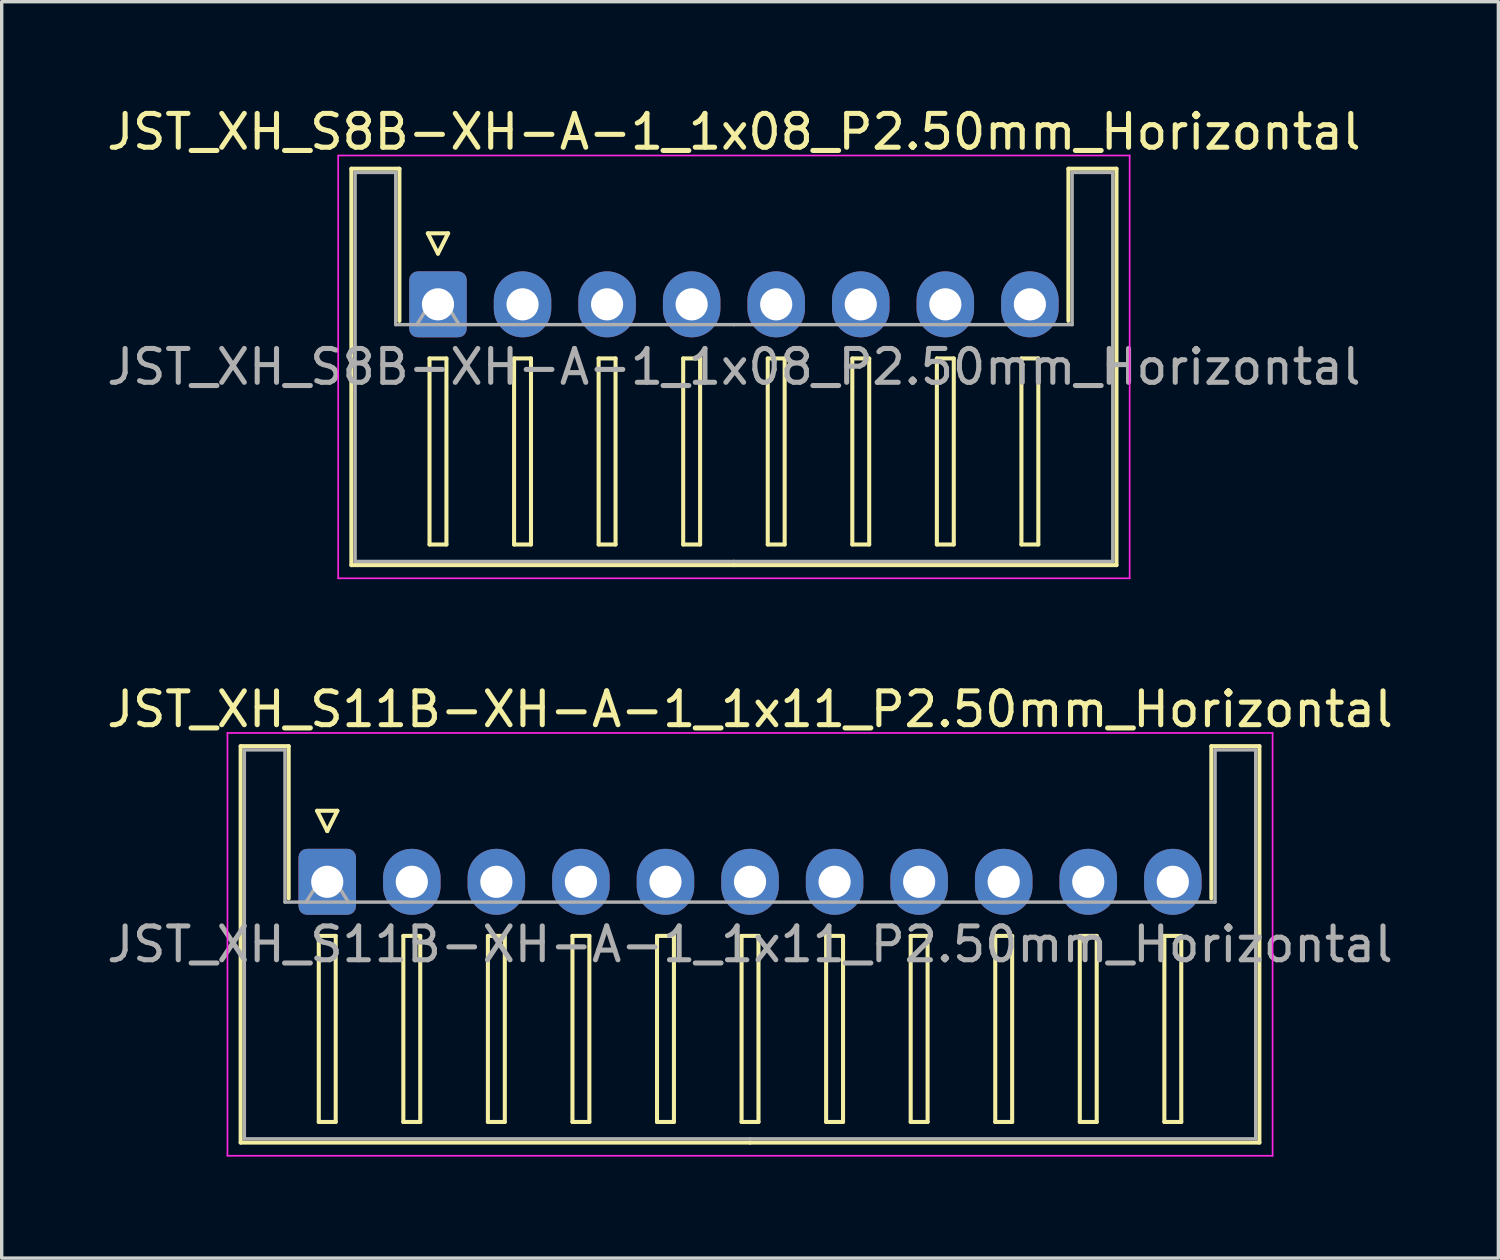
<source format=kicad_pcb>
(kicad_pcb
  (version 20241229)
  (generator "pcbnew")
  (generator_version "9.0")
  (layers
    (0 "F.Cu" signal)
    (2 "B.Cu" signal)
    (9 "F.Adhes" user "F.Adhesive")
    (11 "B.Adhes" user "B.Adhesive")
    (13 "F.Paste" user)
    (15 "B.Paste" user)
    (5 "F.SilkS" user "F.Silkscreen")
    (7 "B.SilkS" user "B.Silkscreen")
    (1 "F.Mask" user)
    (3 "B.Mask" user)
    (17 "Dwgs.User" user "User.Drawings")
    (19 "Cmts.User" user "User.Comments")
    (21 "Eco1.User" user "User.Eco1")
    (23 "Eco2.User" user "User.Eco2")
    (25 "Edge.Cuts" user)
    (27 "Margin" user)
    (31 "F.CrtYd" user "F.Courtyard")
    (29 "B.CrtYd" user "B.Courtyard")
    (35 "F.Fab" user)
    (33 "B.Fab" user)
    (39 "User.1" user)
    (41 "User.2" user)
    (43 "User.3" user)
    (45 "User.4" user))
  (footprint "JST_XH_S8B-XH-A-1_1x08_P2.50mm_Horizontal"
    (layer "F.Cu")
    (at 9.899 5.948)
    (property "Reference" "JST_XH_S8B-XH-A-1_1x08_P2.50mm_Horizontal" (at 8.75 -5.1 0) (layer "F.SilkS") (effects (font (size 1 1) (thickness 0.15))))
    (attr through_hole)
    (fp_line (start -2.56 -4.01) (end -1.14 -4.01) (stroke (width 0.12) (type solid)) (layer "F.SilkS"))
    (fp_line (start -2.56 7.71) (end -2.56 -4.01) (stroke (width 0.12) (type solid)) (layer "F.SilkS"))
    (fp_line (start -1.14 -4.01) (end -1.14 0.49) (stroke (width 0.12) (type solid)) (layer "F.SilkS"))
    (fp_line (start -0.3 -2.1) (end 0.3 -2.1) (stroke (width 0.12) (type solid)) (layer "F.SilkS"))
    (fp_line (start -0.25 1.6) (end -0.25 7.1) (stroke (width 0.12) (type solid)) (layer "F.SilkS"))
    (fp_line (start -0.25 7.1) (end 0.25 7.1) (stroke (width 0.12) (type solid)) (layer "F.SilkS"))
    (fp_line (start 0 -1.5) (end -0.3 -2.1) (stroke (width 0.12) (type solid)) (layer "F.SilkS"))
    (fp_line (start 0.25 1.6) (end -0.25 1.6) (stroke (width 0.12) (type solid)) (layer "F.SilkS"))
    (fp_line (start 0.25 7.1) (end 0.25 1.6) (stroke (width 0.12) (type solid)) (layer "F.SilkS"))
    (fp_line (start 0.3 -2.1) (end 0 -1.5) (stroke (width 0.12) (type solid)) (layer "F.SilkS"))
    (fp_line (start 2.25 1.6) (end 2.25 7.1) (stroke (width 0.12) (type solid)) (layer "F.SilkS"))
    (fp_line (start 2.25 7.1) (end 2.75 7.1) (stroke (width 0.12) (type solid)) (layer "F.SilkS"))
    (fp_line (start 2.75 1.6) (end 2.25 1.6) (stroke (width 0.12) (type solid)) (layer "F.SilkS"))
    (fp_line (start 2.75 7.1) (end 2.75 1.6) (stroke (width 0.12) (type solid)) (layer "F.SilkS"))
    (fp_line (start 4.75 1.6) (end 4.75 7.1) (stroke (width 0.12) (type solid)) (layer "F.SilkS"))
    (fp_line (start 4.75 7.1) (end 5.25 7.1) (stroke (width 0.12) (type solid)) (layer "F.SilkS"))
    (fp_line (start 5.25 1.6) (end 4.75 1.6) (stroke (width 0.12) (type solid)) (layer "F.SilkS"))
    (fp_line (start 5.25 7.1) (end 5.25 1.6) (stroke (width 0.12) (type solid)) (layer "F.SilkS"))
    (fp_line (start 7.25 1.6) (end 7.25 7.1) (stroke (width 0.12) (type solid)) (layer "F.SilkS"))
    (fp_line (start 7.25 7.1) (end 7.75 7.1) (stroke (width 0.12) (type solid)) (layer "F.SilkS"))
    (fp_line (start 7.75 1.6) (end 7.25 1.6) (stroke (width 0.12) (type solid)) (layer "F.SilkS"))
    (fp_line (start 7.75 7.1) (end 7.75 1.6) (stroke (width 0.12) (type solid)) (layer "F.SilkS"))
    (fp_line (start 8.75 7.71) (end -2.56 7.71) (stroke (width 0.12) (type solid)) (layer "F.SilkS"))
    (fp_line (start 8.75 7.71) (end 20.06 7.71) (stroke (width 0.12) (type solid)) (layer "F.SilkS"))
    (fp_line (start 9.75 1.6) (end 9.75 7.1) (stroke (width 0.12) (type solid)) (layer "F.SilkS"))
    (fp_line (start 9.75 7.1) (end 10.25 7.1) (stroke (width 0.12) (type solid)) (layer "F.SilkS"))
    (fp_line (start 10.25 1.6) (end 9.75 1.6) (stroke (width 0.12) (type solid)) (layer "F.SilkS"))
    (fp_line (start 10.25 7.1) (end 10.25 1.6) (stroke (width 0.12) (type solid)) (layer "F.SilkS"))
    (fp_line (start 12.25 1.6) (end 12.25 7.1) (stroke (width 0.12) (type solid)) (layer "F.SilkS"))
    (fp_line (start 12.25 7.1) (end 12.75 7.1) (stroke (width 0.12) (type solid)) (layer "F.SilkS"))
    (fp_line (start 12.75 1.6) (end 12.25 1.6) (stroke (width 0.12) (type solid)) (layer "F.SilkS"))
    (fp_line (start 12.75 7.1) (end 12.75 1.6) (stroke (width 0.12) (type solid)) (layer "F.SilkS"))
    (fp_line (start 14.75 1.6) (end 14.75 7.1) (stroke (width 0.12) (type solid)) (layer "F.SilkS"))
    (fp_line (start 14.75 7.1) (end 15.25 7.1) (stroke (width 0.12) (type solid)) (layer "F.SilkS"))
    (fp_line (start 15.25 1.6) (end 14.75 1.6) (stroke (width 0.12) (type solid)) (layer "F.SilkS"))
    (fp_line (start 15.25 7.1) (end 15.25 1.6) (stroke (width 0.12) (type solid)) (layer "F.SilkS"))
    (fp_line (start 17.25 1.6) (end 17.25 7.1) (stroke (width 0.12) (type solid)) (layer "F.SilkS"))
    (fp_line (start 17.25 7.1) (end 17.75 7.1) (stroke (width 0.12) (type solid)) (layer "F.SilkS"))
    (fp_line (start 17.75 1.6) (end 17.25 1.6) (stroke (width 0.12) (type solid)) (layer "F.SilkS"))
    (fp_line (start 17.75 7.1) (end 17.75 1.6) (stroke (width 0.12) (type solid)) (layer "F.SilkS"))
    (fp_line (start 18.64 -4.01) (end 18.64 0.49) (stroke (width 0.12) (type solid)) (layer "F.SilkS"))
    (fp_line (start 20.06 -4.01) (end 18.64 -4.01) (stroke (width 0.12) (type solid)) (layer "F.SilkS"))
    (fp_line (start 20.06 7.71) (end 20.06 -4.01) (stroke (width 0.12) (type solid)) (layer "F.SilkS"))
    (fp_line (start -2.95 -4.4) (end -2.95 8.1) (stroke (width 0.05) (type solid)) (layer "F.CrtYd"))
    (fp_line (start -2.95 8.1) (end 20.45 8.1) (stroke (width 0.05) (type solid)) (layer "F.CrtYd"))
    (fp_line (start 20.45 -4.4) (end -2.95 -4.4) (stroke (width 0.05) (type solid)) (layer "F.CrtYd"))
    (fp_line (start 20.45 8.1) (end 20.45 -4.4) (stroke (width 0.05) (type solid)) (layer "F.CrtYd"))
    (fp_line (start -2.45 -3.9) (end -1.25 -3.9) (stroke (width 0.1) (type solid)) (layer "F.Fab"))
    (fp_line (start -2.45 7.6) (end -2.45 -3.9) (stroke (width 0.1) (type solid)) (layer "F.Fab"))
    (fp_line (start -1.25 -3.9) (end -1.25 0.6) (stroke (width 0.1) (type solid)) (layer "F.Fab"))
    (fp_line (start -1.25 0.6) (end 8.75 0.6) (stroke (width 0.1) (type solid)) (layer "F.Fab"))
    (fp_line (start -0.625 0.6) (end 0 -0.4) (stroke (width 0.1) (type solid)) (layer "F.Fab"))
    (fp_line (start 0 -0.4) (end 0.625 0.6) (stroke (width 0.1) (type solid)) (layer "F.Fab"))
    (fp_line (start 8.75 7.6) (end -2.45 7.6) (stroke (width 0.1) (type solid)) (layer "F.Fab"))
    (fp_line (start 8.75 7.6) (end 19.95 7.6) (stroke (width 0.1) (type solid)) (layer "F.Fab"))
    (fp_line (start 18.75 -3.9) (end 18.75 0.6) (stroke (width 0.1) (type solid)) (layer "F.Fab"))
    (fp_line (start 18.75 0.6) (end 8.75 0.6) (stroke (width 0.1) (type solid)) (layer "F.Fab"))
    (fp_line (start 19.95 -3.9) (end 18.75 -3.9) (stroke (width 0.1) (type solid)) (layer "F.Fab"))
    (fp_line (start 19.95 7.6) (end 19.95 -3.9) (stroke (width 0.1) (type solid)) (layer "F.Fab"))
    (fp_text user "${REFERENCE}" (at 8.75 1.85 0) (layer "F.Fab") (effects (font (size 1 1) (thickness 0.15))))
    (pad "1" thru_hole roundrect (at 0 0) (size 1.7 1.95) (drill 0.95) (layers "*.Cu" "*.Mask") (roundrect_rratio 0.147))
    (pad "2" thru_hole oval (at 2.5 0) (size 1.7 1.95) (drill 0.95) (layers "*.Cu" "*.Mask"))
    (pad "3" thru_hole oval (at 5 0) (size 1.7 1.95) (drill 0.95) (layers "*.Cu" "*.Mask"))
    (pad "4" thru_hole oval (at 7.5 0) (size 1.7 1.95) (drill 0.95) (layers "*.Cu" "*.Mask"))
    (pad "5" thru_hole oval (at 10 0) (size 1.7 1.95) (drill 0.95) (layers "*.Cu" "*.Mask"))
    (pad "6" thru_hole oval (at 12.5 0) (size 1.7 1.95) (drill 0.95) (layers "*.Cu" "*.Mask"))
    (pad "7" thru_hole oval (at 15 0) (size 1.7 1.95) (drill 0.95) (layers "*.Cu" "*.Mask"))
    (pad "8" thru_hole oval (at 17.5 0) (size 1.7 1.95) (drill 0.95) (layers "*.Cu" "*.Mask")))
  (footprint "JST_XH_S11B-XH-A-1_1x11_P2.50mm_Horizontal"
    (layer "F.Cu")
    (at 6.625 23.021)
    (property "Reference" "JST_XH_S11B-XH-A-1_1x11_P2.50mm_Horizontal" (at 12.5 -5.1 0) (layer "F.SilkS") (effects (font (size 1 1) (thickness 0.15))))
    (attr through_hole)
    (fp_line (start -2.56 -4.01) (end -1.14 -4.01) (stroke (width 0.12) (type solid)) (layer "F.SilkS"))
    (fp_line (start -2.56 7.71) (end -2.56 -4.01) (stroke (width 0.12) (type solid)) (layer "F.SilkS"))
    (fp_line (start -1.14 -4.01) (end -1.14 0.49) (stroke (width 0.12) (type solid)) (layer "F.SilkS"))
    (fp_line (start -0.3 -2.1) (end 0.3 -2.1) (stroke (width 0.12) (type solid)) (layer "F.SilkS"))
    (fp_line (start -0.25 1.6) (end -0.25 7.1) (stroke (width 0.12) (type solid)) (layer "F.SilkS"))
    (fp_line (start -0.25 7.1) (end 0.25 7.1) (stroke (width 0.12) (type solid)) (layer "F.SilkS"))
    (fp_line (start 0 -1.5) (end -0.3 -2.1) (stroke (width 0.12) (type solid)) (layer "F.SilkS"))
    (fp_line (start 0.25 1.6) (end -0.25 1.6) (stroke (width 0.12) (type solid)) (layer "F.SilkS"))
    (fp_line (start 0.25 7.1) (end 0.25 1.6) (stroke (width 0.12) (type solid)) (layer "F.SilkS"))
    (fp_line (start 0.3 -2.1) (end 0 -1.5) (stroke (width 0.12) (type solid)) (layer "F.SilkS"))
    (fp_line (start 2.25 1.6) (end 2.25 7.1) (stroke (width 0.12) (type solid)) (layer "F.SilkS"))
    (fp_line (start 2.25 7.1) (end 2.75 7.1) (stroke (width 0.12) (type solid)) (layer "F.SilkS"))
    (fp_line (start 2.75 1.6) (end 2.25 1.6) (stroke (width 0.12) (type solid)) (layer "F.SilkS"))
    (fp_line (start 2.75 7.1) (end 2.75 1.6) (stroke (width 0.12) (type solid)) (layer "F.SilkS"))
    (fp_line (start 4.75 1.6) (end 4.75 7.1) (stroke (width 0.12) (type solid)) (layer "F.SilkS"))
    (fp_line (start 4.75 7.1) (end 5.25 7.1) (stroke (width 0.12) (type solid)) (layer "F.SilkS"))
    (fp_line (start 5.25 1.6) (end 4.75 1.6) (stroke (width 0.12) (type solid)) (layer "F.SilkS"))
    (fp_line (start 5.25 7.1) (end 5.25 1.6) (stroke (width 0.12) (type solid)) (layer "F.SilkS"))
    (fp_line (start 7.25 1.6) (end 7.25 7.1) (stroke (width 0.12) (type solid)) (layer "F.SilkS"))
    (fp_line (start 7.25 7.1) (end 7.75 7.1) (stroke (width 0.12) (type solid)) (layer "F.SilkS"))
    (fp_line (start 7.75 1.6) (end 7.25 1.6) (stroke (width 0.12) (type solid)) (layer "F.SilkS"))
    (fp_line (start 7.75 7.1) (end 7.75 1.6) (stroke (width 0.12) (type solid)) (layer "F.SilkS"))
    (fp_line (start 9.75 1.6) (end 9.75 7.1) (stroke (width 0.12) (type solid)) (layer "F.SilkS"))
    (fp_line (start 9.75 7.1) (end 10.25 7.1) (stroke (width 0.12) (type solid)) (layer "F.SilkS"))
    (fp_line (start 10.25 1.6) (end 9.75 1.6) (stroke (width 0.12) (type solid)) (layer "F.SilkS"))
    (fp_line (start 10.25 7.1) (end 10.25 1.6) (stroke (width 0.12) (type solid)) (layer "F.SilkS"))
    (fp_line (start 12.25 1.6) (end 12.25 7.1) (stroke (width 0.12) (type solid)) (layer "F.SilkS"))
    (fp_line (start 12.25 7.1) (end 12.75 7.1) (stroke (width 0.12) (type solid)) (layer "F.SilkS"))
    (fp_line (start 12.5 7.71) (end -2.56 7.71) (stroke (width 0.12) (type solid)) (layer "F.SilkS"))
    (fp_line (start 12.5 7.71) (end 27.56 7.71) (stroke (width 0.12) (type solid)) (layer "F.SilkS"))
    (fp_line (start 12.75 1.6) (end 12.25 1.6) (stroke (width 0.12) (type solid)) (layer "F.SilkS"))
    (fp_line (start 12.75 7.1) (end 12.75 1.6) (stroke (width 0.12) (type solid)) (layer "F.SilkS"))
    (fp_line (start 14.75 1.6) (end 14.75 7.1) (stroke (width 0.12) (type solid)) (layer "F.SilkS"))
    (fp_line (start 14.75 7.1) (end 15.25 7.1) (stroke (width 0.12) (type solid)) (layer "F.SilkS"))
    (fp_line (start 15.25 1.6) (end 14.75 1.6) (stroke (width 0.12) (type solid)) (layer "F.SilkS"))
    (fp_line (start 15.25 7.1) (end 15.25 1.6) (stroke (width 0.12) (type solid)) (layer "F.SilkS"))
    (fp_line (start 17.25 1.6) (end 17.25 7.1) (stroke (width 0.12) (type solid)) (layer "F.SilkS"))
    (fp_line (start 17.25 7.1) (end 17.75 7.1) (stroke (width 0.12) (type solid)) (layer "F.SilkS"))
    (fp_line (start 17.75 1.6) (end 17.25 1.6) (stroke (width 0.12) (type solid)) (layer "F.SilkS"))
    (fp_line (start 17.75 7.1) (end 17.75 1.6) (stroke (width 0.12) (type solid)) (layer "F.SilkS"))
    (fp_line (start 19.75 1.6) (end 19.75 7.1) (stroke (width 0.12) (type solid)) (layer "F.SilkS"))
    (fp_line (start 19.75 7.1) (end 20.25 7.1) (stroke (width 0.12) (type solid)) (layer "F.SilkS"))
    (fp_line (start 20.25 1.6) (end 19.75 1.6) (stroke (width 0.12) (type solid)) (layer "F.SilkS"))
    (fp_line (start 20.25 7.1) (end 20.25 1.6) (stroke (width 0.12) (type solid)) (layer "F.SilkS"))
    (fp_line (start 22.25 1.6) (end 22.25 7.1) (stroke (width 0.12) (type solid)) (layer "F.SilkS"))
    (fp_line (start 22.25 7.1) (end 22.75 7.1) (stroke (width 0.12) (type solid)) (layer "F.SilkS"))
    (fp_line (start 22.75 1.6) (end 22.25 1.6) (stroke (width 0.12) (type solid)) (layer "F.SilkS"))
    (fp_line (start 22.75 7.1) (end 22.75 1.6) (stroke (width 0.12) (type solid)) (layer "F.SilkS"))
    (fp_line (start 24.75 1.6) (end 24.75 7.1) (stroke (width 0.12) (type solid)) (layer "F.SilkS"))
    (fp_line (start 24.75 7.1) (end 25.25 7.1) (stroke (width 0.12) (type solid)) (layer "F.SilkS"))
    (fp_line (start 25.25 1.6) (end 24.75 1.6) (stroke (width 0.12) (type solid)) (layer "F.SilkS"))
    (fp_line (start 25.25 7.1) (end 25.25 1.6) (stroke (width 0.12) (type solid)) (layer "F.SilkS"))
    (fp_line (start 26.14 -4.01) (end 26.14 0.49) (stroke (width 0.12) (type solid)) (layer "F.SilkS"))
    (fp_line (start 27.56 -4.01) (end 26.14 -4.01) (stroke (width 0.12) (type solid)) (layer "F.SilkS"))
    (fp_line (start 27.56 7.71) (end 27.56 -4.01) (stroke (width 0.12) (type solid)) (layer "F.SilkS"))
    (fp_line (start -2.95 -4.4) (end -2.95 8.1) (stroke (width 0.05) (type solid)) (layer "F.CrtYd"))
    (fp_line (start -2.95 8.1) (end 27.95 8.1) (stroke (width 0.05) (type solid)) (layer "F.CrtYd"))
    (fp_line (start 27.95 -4.4) (end -2.95 -4.4) (stroke (width 0.05) (type solid)) (layer "F.CrtYd"))
    (fp_line (start 27.95 8.1) (end 27.95 -4.4) (stroke (width 0.05) (type solid)) (layer "F.CrtYd"))
    (fp_line (start -2.45 -3.9) (end -1.25 -3.9) (stroke (width 0.1) (type solid)) (layer "F.Fab"))
    (fp_line (start -2.45 7.6) (end -2.45 -3.9) (stroke (width 0.1) (type solid)) (layer "F.Fab"))
    (fp_line (start -1.25 -3.9) (end -1.25 0.6) (stroke (width 0.1) (type solid)) (layer "F.Fab"))
    (fp_line (start -1.25 0.6) (end 12.5 0.6) (stroke (width 0.1) (type solid)) (layer "F.Fab"))
    (fp_line (start -0.625 0.6) (end 0 -0.4) (stroke (width 0.1) (type solid)) (layer "F.Fab"))
    (fp_line (start 0 -0.4) (end 0.625 0.6) (stroke (width 0.1) (type solid)) (layer "F.Fab"))
    (fp_line (start 12.5 7.6) (end -2.45 7.6) (stroke (width 0.1) (type solid)) (layer "F.Fab"))
    (fp_line (start 12.5 7.6) (end 27.45 7.6) (stroke (width 0.1) (type solid)) (layer "F.Fab"))
    (fp_line (start 26.25 -3.9) (end 26.25 0.6) (stroke (width 0.1) (type solid)) (layer "F.Fab"))
    (fp_line (start 26.25 0.6) (end 12.5 0.6) (stroke (width 0.1) (type solid)) (layer "F.Fab"))
    (fp_line (start 27.45 -3.9) (end 26.25 -3.9) (stroke (width 0.1) (type solid)) (layer "F.Fab"))
    (fp_line (start 27.45 7.6) (end 27.45 -3.9) (stroke (width 0.1) (type solid)) (layer "F.Fab"))
    (fp_text user "${REFERENCE}" (at 12.5 1.85 0) (layer "F.Fab") (effects (font (size 1 1) (thickness 0.15))))
    (pad "1" thru_hole roundrect (at 0 0) (size 1.7 1.95) (drill 0.95) (layers "*.Cu" "*.Mask") (roundrect_rratio 0.147))
    (pad "2" thru_hole oval (at 2.5 0) (size 1.7 1.95) (drill 0.95) (layers "*.Cu" "*.Mask"))
    (pad "3" thru_hole oval (at 5 0) (size 1.7 1.95) (drill 0.95) (layers "*.Cu" "*.Mask"))
    (pad "4" thru_hole oval (at 7.5 0) (size 1.7 1.95) (drill 0.95) (layers "*.Cu" "*.Mask"))
    (pad "5" thru_hole oval (at 10 0) (size 1.7 1.95) (drill 0.95) (layers "*.Cu" "*.Mask"))
    (pad "6" thru_hole oval (at 12.5 0) (size 1.7 1.95) (drill 0.95) (layers "*.Cu" "*.Mask"))
    (pad "7" thru_hole oval (at 15 0) (size 1.7 1.95) (drill 0.95) (layers "*.Cu" "*.Mask"))
    (pad "8" thru_hole oval (at 17.5 0) (size 1.7 1.95) (drill 0.95) (layers "*.Cu" "*.Mask"))
    (pad "9" thru_hole oval (at 20 0) (size 1.7 1.95) (drill 0.95) (layers "*.Cu" "*.Mask"))
    (pad "10" thru_hole oval (at 22.5 0) (size 1.7 1.95) (drill 0.95) (layers "*.Cu" "*.Mask"))
    (pad "11" thru_hole oval (at 25 0) (size 1.7 1.95) (drill 0.95) (layers "*.Cu" "*.Mask")))
  (gr_rect
    (start -3 -3)
    (end 41.25 34.147)
    (stroke (width 0.1) (type default))
    (fill no)
    (layer "Edge.Cuts")))
</source>
